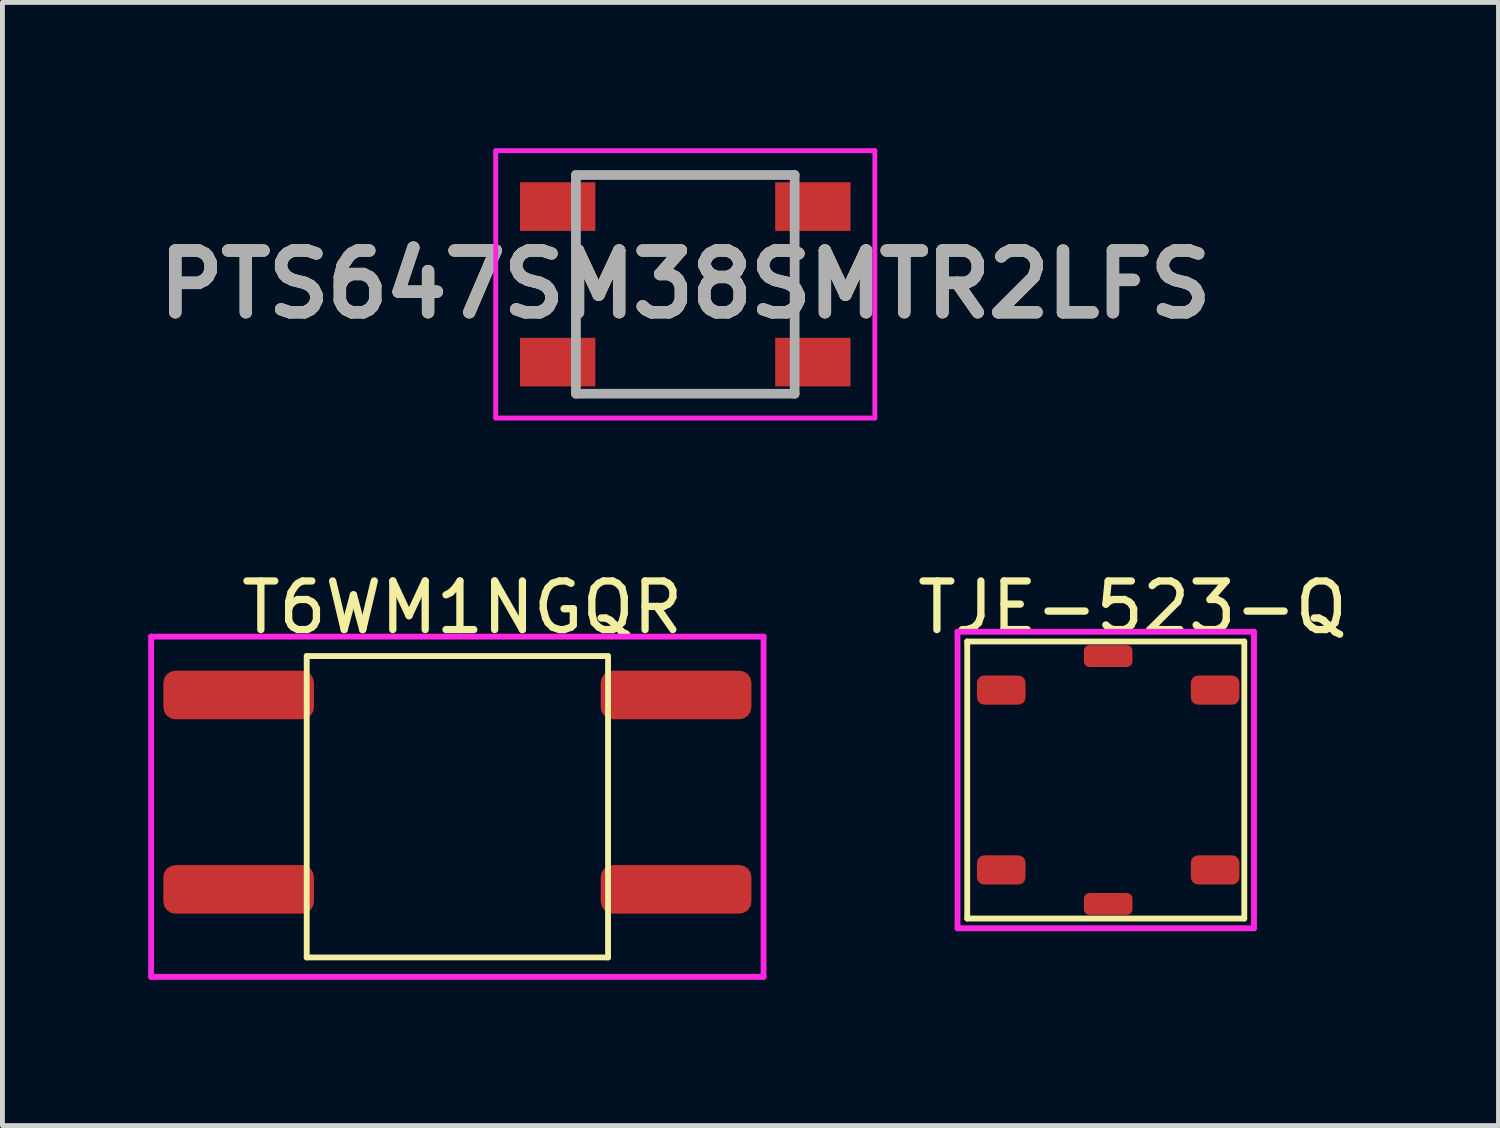
<source format=kicad_pcb>
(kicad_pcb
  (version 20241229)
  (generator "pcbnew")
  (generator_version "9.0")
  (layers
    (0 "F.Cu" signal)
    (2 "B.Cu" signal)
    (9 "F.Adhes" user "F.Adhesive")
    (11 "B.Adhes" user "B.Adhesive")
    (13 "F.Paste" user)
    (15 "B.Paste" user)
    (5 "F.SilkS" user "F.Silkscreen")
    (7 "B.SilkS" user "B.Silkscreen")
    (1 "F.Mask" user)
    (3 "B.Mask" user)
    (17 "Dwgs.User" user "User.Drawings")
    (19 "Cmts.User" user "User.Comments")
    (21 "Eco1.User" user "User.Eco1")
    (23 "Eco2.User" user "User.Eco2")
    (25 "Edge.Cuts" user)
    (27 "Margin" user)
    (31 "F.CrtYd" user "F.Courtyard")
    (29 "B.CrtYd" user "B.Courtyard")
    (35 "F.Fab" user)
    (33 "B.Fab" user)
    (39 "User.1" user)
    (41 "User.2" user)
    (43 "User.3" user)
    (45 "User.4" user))
  (footprint "TJE-523-Q"
    (layer "F.Cu")
    (at 19.75 12.848)
    (property "Reference" "TJE-523-Q" (at 0.5 -3.4 0) (layer "F.SilkS") (effects (font (size 1 1) (thickness 0.15))))
    (attr through_hole)
    (fp_line (start -2.9 -2.7) (end -2.9 3) (stroke (width 0.12) (type solid)) (layer "F.SilkS"))
    (fp_line (start -2.9 3) (end 2.8 3) (stroke (width 0.12) (type solid)) (layer "F.SilkS"))
    (fp_line (start 2.8 -2.7) (end -2.9 -2.7) (stroke (width 0.12) (type solid)) (layer "F.SilkS"))
    (fp_line (start 2.8 3) (end 2.8 -2.7) (stroke (width 0.12) (type solid)) (layer "F.SilkS"))
    (fp_line (start -3.1 -2.9) (end -3.1 3.2) (stroke (width 0.12) (type solid)) (layer "F.CrtYd"))
    (fp_line (start -3.1 3.2) (end 3 3.2) (stroke (width 0.12) (type solid)) (layer "F.CrtYd"))
    (fp_line (start 3 -2.9) (end -3.1 -2.9) (stroke (width 0.12) (type solid)) (layer "F.CrtYd"))
    (fp_line (start 3 3.2) (end 3 -2.9) (stroke (width 0.12) (type solid)) (layer "F.CrtYd"))
    (pad "0" smd roundrect (at 0 -2.4) (size 1 0.45) (layers "F.Cu" "F.Mask" "F.Paste") (roundrect_rratio 0.25))
    (pad "0" smd roundrect (at 0 2.7) (size 1 0.45) (layers "F.Cu" "F.Mask" "F.Paste") (roundrect_rratio 0.25))
    (pad "1" smd roundrect (at -2.2 -1.7) (size 1 0.6) (layers "F.Cu" "F.Mask" "F.Paste") (roundrect_rratio 0.25))
    (pad "2" smd roundrect (at 2.2 -1.7) (size 1 0.6) (layers "F.Cu" "F.Mask" "F.Paste") (roundrect_rratio 0.25))
    (pad "3" smd roundrect (at -2.2 2) (size 1 0.6) (layers "F.Cu" "F.Mask" "F.Paste") (roundrect_rratio 0.25))
    (pad "4" smd roundrect (at 2.2 2) (size 1 0.6) (layers "F.Cu" "F.Mask" "F.Paste") (roundrect_rratio 0.25)))
  (footprint "PTS647SM38SMTR2LFS"
    (layer "F.Cu")
    (at 11.049 2.8)
    (property "Reference" "PTS647SM38SMTR2LFS" (at 0 0 0) (layer "F.SilkS") (effects (font (size 1.27 1.27) (thickness 0.254))))
    (attr smd)
    (fp_line (start -2.25 -0.5) (end -2.25 0.5) (stroke (width 0.1) (type solid)) (layer "F.SilkS"))
    (fp_line (start -1 -2.25) (end 1 -2.25) (stroke (width 0.1) (type solid)) (layer "F.SilkS"))
    (fp_line (start -1 2.25) (end 1 2.25) (stroke (width 0.1) (type solid)) (layer "F.SilkS"))
    (fp_line (start 2.25 -0.5) (end 2.25 0.5) (stroke (width 0.1) (type solid)) (layer "F.SilkS"))
    (fp_line (start -3.9 -2.75) (end 3.9 -2.75) (stroke (width 0.1) (type solid)) (layer "F.CrtYd"))
    (fp_line (start -3.9 2.75) (end -3.9 -2.75) (stroke (width 0.1) (type solid)) (layer "F.CrtYd"))
    (fp_line (start 3.9 -2.75) (end 3.9 2.75) (stroke (width 0.1) (type solid)) (layer "F.CrtYd"))
    (fp_line (start 3.9 2.75) (end -3.9 2.75) (stroke (width 0.1) (type solid)) (layer "F.CrtYd"))
    (fp_line (start -2.25 -2.25) (end 2.25 -2.25) (stroke (width 0.2) (type solid)) (layer "F.Fab"))
    (fp_line (start -2.25 2.25) (end -2.25 -2.25) (stroke (width 0.2) (type solid)) (layer "F.Fab"))
    (fp_line (start 2.25 -2.25) (end 2.25 2.25) (stroke (width 0.2) (type solid)) (layer "F.Fab"))
    (fp_line (start 2.25 2.25) (end -2.25 2.25) (stroke (width 0.2) (type solid)) (layer "F.Fab"))
    (fp_text user "${REFERENCE}" (at 0 0 0) (layer "F.Fab") (effects (font (size 1.27 1.27) (thickness 0.254))))
    (pad "1" smd rect (at -2.625 -1.6 90) (size 1 1.55) (layers "F.Cu" "F.Mask" "F.Paste"))
    (pad "2" smd rect (at 2.625 -1.6 90) (size 1 1.55) (layers "F.Cu" "F.Mask" "F.Paste"))
    (pad "3" smd rect (at -2.625 1.6 90) (size 1 1.55) (layers "F.Cu" "F.Mask" "F.Paste"))
    (pad "4" smd rect (at 2.625 1.6 90) (size 1 1.55) (layers "F.Cu" "F.Mask" "F.Paste")))
  (footprint "T6WM1NGQR"
    (layer "F.Cu")
    (at 6.46 13.248)
    (property "Reference" "T6WM1NGQR" (at 0 -3.8 0) (layer "F.SilkS") (effects (font (size 1 1) (thickness 0.15))))
    (attr through_hole)
    (fp_line (start -3.2 -2.8) (end -3.2 3.4) (stroke (width 0.12) (type solid)) (layer "F.SilkS"))
    (fp_line (start -3.2 3.4) (end 3 3.4) (stroke (width 0.12) (type solid)) (layer "F.SilkS"))
    (fp_line (start 3 -2.8) (end -3.2 -2.8) (stroke (width 0.12) (type solid)) (layer "F.SilkS"))
    (fp_line (start 3 3.4) (end 3 -2.8) (stroke (width 0.12) (type solid)) (layer "F.SilkS"))
    (fp_line (start -6.4 -3.2) (end -6.4 -3) (stroke (width 0.12) (type solid)) (layer "F.CrtYd"))
    (fp_line (start -6.4 -3) (end -6.4 3.8) (stroke (width 0.12) (type solid)) (layer "F.CrtYd"))
    (fp_line (start -6.4 3.8) (end 6.2 3.8) (stroke (width 0.12) (type solid)) (layer "F.CrtYd"))
    (fp_line (start 6.2 -3.2) (end -6.4 -3.2) (stroke (width 0.12) (type solid)) (layer "F.CrtYd"))
    (fp_line (start 6.2 3.8) (end 6.2 -3.2) (stroke (width 0.12) (type solid)) (layer "F.CrtYd"))
    (pad "1" smd roundrect (at -4.6 -2) (size 3.1 1) (layers "F.Cu" "F.Mask" "F.Paste") (roundrect_rratio 0.25))
    (pad "2" smd roundrect (at -4.6 2) (size 3.1 1) (layers "F.Cu" "F.Mask" "F.Paste") (roundrect_rratio 0.25))
    (pad "3" smd roundrect (at 4.4 2) (size 3.1 1) (layers "F.Cu" "F.Mask" "F.Paste") (roundrect_rratio 0.25))
    (pad "4" smd roundrect (at 4.4 -2) (size 3.1 1) (layers "F.Cu" "F.Mask" "F.Paste") (roundrect_rratio 0.25)))
  (gr_rect
    (start -3 -3)
    (end 27.78 20.108)
    (stroke (width 0.1) (type default))
    (fill no)
    (layer "Edge.Cuts")))
</source>
